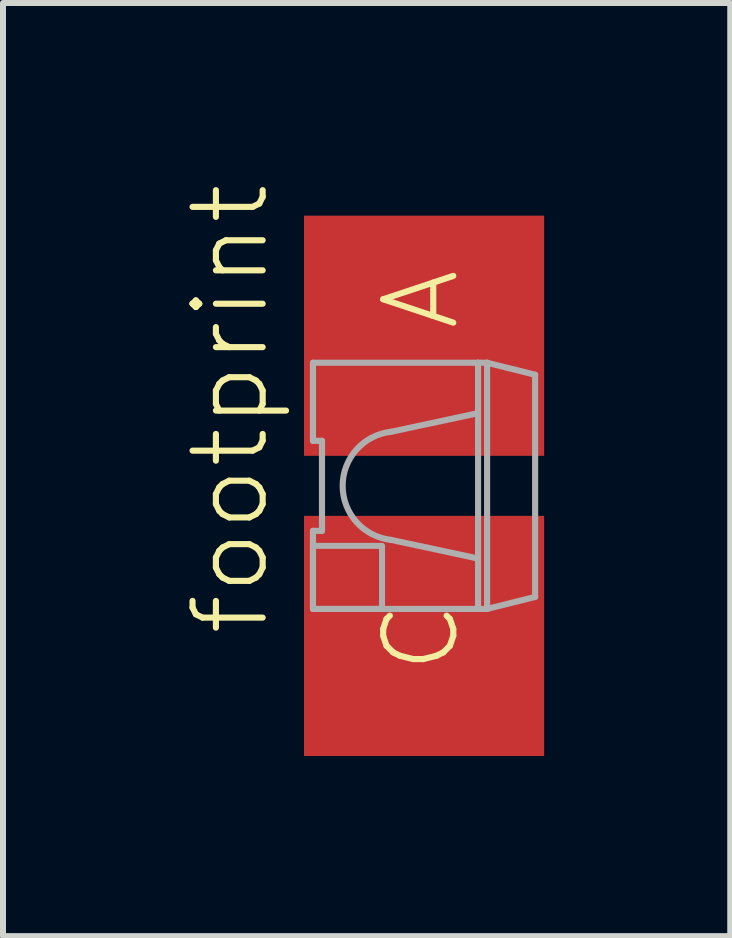
<source format=kicad_pcb>
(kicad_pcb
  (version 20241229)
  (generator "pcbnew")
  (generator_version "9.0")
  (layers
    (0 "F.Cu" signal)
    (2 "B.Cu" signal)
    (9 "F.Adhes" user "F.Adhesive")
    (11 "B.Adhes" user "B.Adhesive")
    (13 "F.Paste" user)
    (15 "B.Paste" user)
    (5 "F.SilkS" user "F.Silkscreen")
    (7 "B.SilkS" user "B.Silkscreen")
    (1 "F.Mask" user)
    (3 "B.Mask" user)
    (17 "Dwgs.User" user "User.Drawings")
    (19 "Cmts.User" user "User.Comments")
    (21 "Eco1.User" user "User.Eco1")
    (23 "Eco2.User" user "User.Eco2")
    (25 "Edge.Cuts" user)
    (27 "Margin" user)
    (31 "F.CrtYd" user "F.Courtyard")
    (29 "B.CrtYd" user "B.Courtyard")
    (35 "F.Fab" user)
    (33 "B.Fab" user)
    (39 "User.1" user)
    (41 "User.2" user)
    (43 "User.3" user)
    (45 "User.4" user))
  (footprint "footprint"
    (layer "F.Cu")
    (at 4.013 5.042)
    (property "Reference" "footprint" (at -2.54 2.54 90) (layer "F.SilkS") (effects (font (size 1.168 1.168) (thickness 0.102)) (justify left bottom)))
    (fp_poly (pts (xy -2.1 -0.4) (xy 2.1 -0.4) (xy 2.1 -2.2) (xy -2.1 -2.2)) (stroke (width 0) (type solid)) (fill yes) (layer "F.Mask"))
    (fp_poly (pts (xy -2.1 2.2) (xy 2.1 2.2) (xy 2.1 0.4) (xy -2.1 0.4)) (stroke (width 0) (type solid)) (fill yes) (layer "F.Mask"))
    (fp_poly (pts (xy -1.9 -0.6) (xy 1.9 -0.6) (xy 1.9 -2.1) (xy -1.9 -2.1)) (stroke (width 0) (type solid)) (fill yes) (layer "F.Paste"))
    (fp_poly (pts (xy -1.9 2.1) (xy 1.9 2.1) (xy 1.9 0.6) (xy -1.9 0.6)) (stroke (width 0) (type solid)) (fill yes) (layer "F.Paste"))
    (fp_line (start -1.85 -2.05) (end 0.9 -2.05) (stroke (width 0.102) (type solid)) (layer "F.Fab"))
    (fp_line (start -1.85 -0.75) (end -1.85 -2.05) (stroke (width 0.102) (type solid)) (layer "F.Fab"))
    (fp_line (start -1.85 0.75) (end -1.7 0.75) (stroke (width 0.102) (type solid)) (layer "F.Fab"))
    (fp_line (start -1.85 2.05) (end -1.85 0.75) (stroke (width 0.102) (type solid)) (layer "F.Fab"))
    (fp_line (start -1.7 -0.75) (end -1.85 -0.75) (stroke (width 0.102) (type solid)) (layer "F.Fab"))
    (fp_line (start -1.7 0.75) (end -1.7 -0.75) (stroke (width 0.102) (type solid)) (layer "F.Fab"))
    (fp_line (start -0.55 -0.9) (end 0.85 -1.2) (stroke (width 0.102) (type solid)) (layer "F.Fab"))
    (fp_line (start -0.55 0.9) (end 0.85 1.2) (stroke (width 0.102) (type solid)) (layer "F.Fab"))
    (fp_line (start 0.9 -2.05) (end 0.9 2.05) (stroke (width 0.102) (type solid)) (layer "F.Fab"))
    (fp_line (start 0.9 2.05) (end -1.85 2.05) (stroke (width 0.102) (type solid)) (layer "F.Fab"))
    (fp_line (start 0.9 2.05) (end 1.05 2.05) (stroke (width 0.102) (type solid)) (layer "F.Fab"))
    (fp_line (start 1.05 -2.05) (end 0.9 -2.05) (stroke (width 0.102) (type solid)) (layer "F.Fab"))
    (fp_line (start 1.05 -2.05) (end 1.05 2.05) (stroke (width 0.102) (type solid)) (layer "F.Fab"))
    (fp_line (start 1.05 2.05) (end 1.85 1.85) (stroke (width 0.102) (type solid)) (layer "F.Fab"))
    (fp_line (start 1.85 -1.85) (end 1.05 -2.05) (stroke (width 0.102) (type solid)) (layer "F.Fab"))
    (fp_line (start 1.85 1.85) (end 1.85 -1.85) (stroke (width 0.102) (type solid)) (layer "F.Fab"))
    (fp_arc (start -0.55 0.9) (mid -1.355539 0) (end -0.55 -0.9) (stroke (width 0.1016) (type solid)) (layer "F.Fab"))
    (fp_poly (pts (xy -1.85 2.05) (xy -0.7 2.05) (xy -0.7 1) (xy -1.85 1)) (stroke (width 0.1) (type solid)) (fill no) (layer "F.Fab"))
    (fp_text user "C" (at 0.635 3.175 90) (layer "F.SilkS") (effects (font (size 1.168 1.168) (thickness 0.102)) (justify left bottom)))
    (fp_text user "A" (at 0.635 -2.54 90) (layer "F.SilkS") (effects (font (size 1.168 1.168) (thickness 0.102)) (justify left bottom)))
    (pad "A" smd rect (at 0 -2.5) (size 4 4) (layers "F.Cu"))
    (pad "C" smd rect (at 0 2.5) (size 4 4) (layers "F.Cu")))
  (gr_rect
    (start -3 -3)
    (end 9.113 12.542)
    (stroke (width 0.1) (type default))
    (fill no)
    (layer "Edge.Cuts")))
</source>
